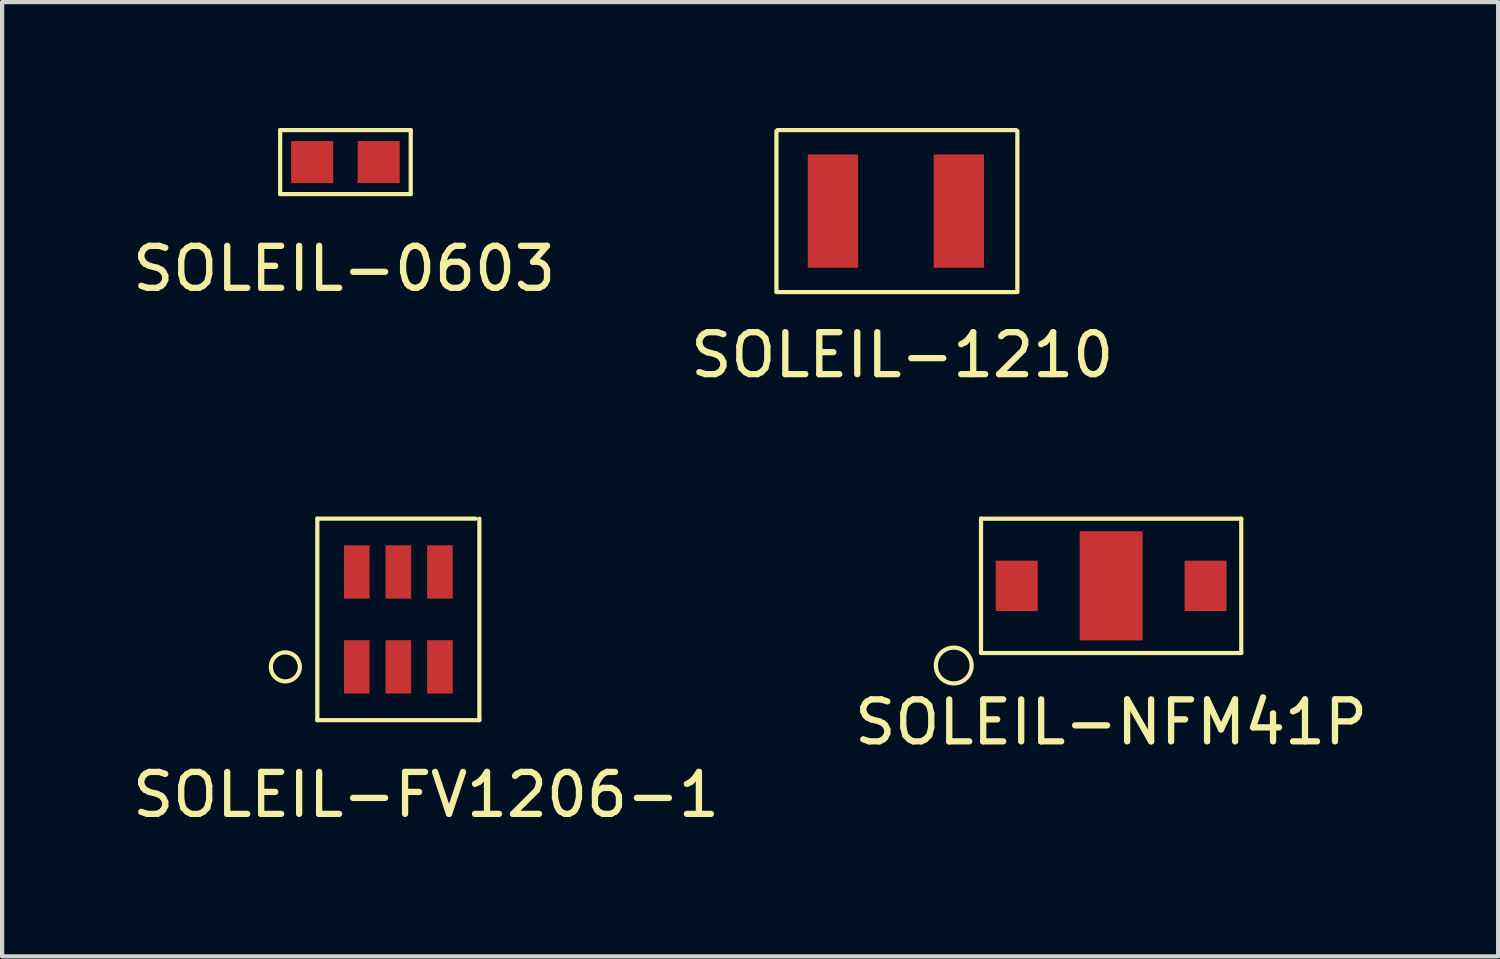
<source format=kicad_pcb>
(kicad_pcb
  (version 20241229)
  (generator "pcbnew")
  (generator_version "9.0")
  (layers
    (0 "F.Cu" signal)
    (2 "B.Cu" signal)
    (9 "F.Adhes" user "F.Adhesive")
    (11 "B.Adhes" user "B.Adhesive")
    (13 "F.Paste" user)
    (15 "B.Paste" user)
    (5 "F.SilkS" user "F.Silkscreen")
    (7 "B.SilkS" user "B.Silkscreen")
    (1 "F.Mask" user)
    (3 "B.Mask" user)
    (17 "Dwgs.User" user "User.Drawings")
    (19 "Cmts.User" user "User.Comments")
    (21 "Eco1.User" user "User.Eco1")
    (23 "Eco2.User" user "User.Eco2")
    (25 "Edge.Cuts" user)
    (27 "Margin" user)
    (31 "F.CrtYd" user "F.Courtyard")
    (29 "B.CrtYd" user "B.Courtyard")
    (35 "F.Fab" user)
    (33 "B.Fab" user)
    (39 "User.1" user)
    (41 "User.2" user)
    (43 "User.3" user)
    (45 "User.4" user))
  (footprint "SOLEIL-FV1206-1"
    (layer "F.Cu")
    (at 5.45 12.838)
    (property "Reference" "SOLEIL-FV1206-1" (at 1.651 3.048 0) (layer "F.SilkS") (effects (font (size 1 1) (thickness 0.15))))
    (attr smd)
    (fp_line (start -0.94 -3.531) (end -0.94 1.27) (stroke (width 0.1) (type solid)) (layer "F.SilkS"))
    (fp_line (start -0.94 -3.531) (end 2.832 -3.531) (stroke (width 0.1) (type solid)) (layer "F.SilkS"))
    (fp_line (start 2.921 -3.531) (end 2.921 1.27) (stroke (width 0.1) (type solid)) (layer "F.SilkS"))
    (fp_line (start 2.921 1.27) (end -0.94 1.27) (stroke (width 0.1) (type solid)) (layer "F.SilkS"))
    (fp_circle (center -1.702 0) (end -1.422 0.203) (stroke (width 0.1) (type solid)) (fill no) (layer "F.SilkS"))
    (pad "1" smd rect (at 0 0) (size 0.61 1.27) (layers "F.Cu" "F.Mask" "F.Paste"))
    (pad "2" smd rect (at 0.991 0) (size 0.61 1.27) (layers "F.Cu" "F.Mask" "F.Paste"))
    (pad "3" smd rect (at 1.981 0) (size 0.61 1.27) (layers "F.Cu" "F.Mask" "F.Paste"))
    (pad "4" smd rect (at 1.981 -2.261) (size 0.61 1.27) (layers "F.Cu" "F.Mask" "F.Paste"))
    (pad "5" smd rect (at 0.991 -2.261) (size 0.61 1.27) (layers "F.Cu" "F.Mask" "F.Paste"))
    (pad "6" smd rect (at 0 -2.261) (size 0.61 1.27) (layers "F.Cu" "F.Mask" "F.Paste")))
  (footprint "SOLEIL-1210"
    (layer "F.Cu")
    (at 16.795 1.98)
    (property "Reference" "SOLEIL-1210" (at 1.651 3.429 0) (layer "F.SilkS") (effects (font (size 1 1) (thickness 0.15))))
    (attr through_hole)
    (fp_line (start -1.346 1.905) (end -1.346 -1.905) (stroke (width 0.1) (type solid)) (layer "F.SilkS"))
    (fp_line (start -1.321 -1.93) (end 4.369 -1.93) (stroke (width 0.1) (type solid)) (layer "F.SilkS"))
    (fp_line (start 4.394 -1.905) (end 4.394 1.905) (stroke (width 0.1) (type solid)) (layer "F.SilkS"))
    (fp_line (start 4.394 1.93) (end -1.346 1.93) (stroke (width 0.1) (type solid)) (layer "F.SilkS"))
    (pad "1" smd rect (at 0 0) (size 1.199 2.7) (layers "F.Cu" "F.Mask" "F.Paste"))
    (pad "2" smd rect (at 3 0) (size 1.199 2.7) (layers "F.Cu" "F.Mask" "F.Paste")))
  (footprint "SOLEIL-0603"
    (layer "F.Cu")
    (at 4.387 0.812)
    (property "Reference" "SOLEIL-0603" (at 0.762 2.54 0) (layer "F.SilkS") (effects (font (size 1 1) (thickness 0.15))))
    (attr through_hole)
    (fp_line (start -0.762 -0.762) (end 2.349 -0.762) (stroke (width 0.1) (type solid)) (layer "F.SilkS"))
    (fp_line (start -0.762 0.762) (end -0.762 -0.762) (stroke (width 0.1) (type solid)) (layer "F.SilkS"))
    (fp_line (start -0.762 0.762) (end 2.349 0.762) (stroke (width 0.1) (type solid)) (layer "F.SilkS"))
    (fp_line (start 2.349 -0.762) (end 2.349 0.762) (stroke (width 0.1) (type solid)) (layer "F.SilkS"))
    (pad "1" smd rect (at 0 0) (size 1.001 1.001) (layers "F.Cu" "F.Mask" "F.Paste"))
    (pad "2" smd rect (at 1.585 0) (size 1.001 1.001) (layers "F.Cu" "F.Mask" "F.Paste")))
  (footprint "SOLEIL-NFM41P"
    (layer "F.Cu")
    (at 23.423 10.908)
    (property "Reference" "SOLEIL-NFM41P" (at 0 3.25 0) (layer "F.SilkS") (effects (font (size 1 1) (thickness 0.15))))
    (attr through_hole)
    (fp_line (start -3.1 1.6) (end -3.1 -1.6) (stroke (width 0.1) (type solid)) (layer "F.SilkS"))
    (fp_line (start 3.1 -1.6) (end -3.1 -1.6) (stroke (width 0.1) (type solid)) (layer "F.SilkS"))
    (fp_line (start 3.1 -1.6) (end 3.1 1.6) (stroke (width 0.1) (type solid)) (layer "F.SilkS"))
    (fp_line (start 3.1 1.6) (end -3.1 1.6) (stroke (width 0.1) (type solid)) (layer "F.SilkS"))
    (fp_circle (center -3.75 1.898) (end -4.149 2.048) (stroke (width 0.1) (type solid)) (fill no) (layer "F.SilkS"))
    (pad "1" smd rect (at -2.25 0) (size 1 1.2) (layers "F.Cu" "F.Mask" "F.Paste"))
    (pad "2" smd rect (at 0 0) (size 1.5 2.6) (layers "F.Cu" "F.Mask" "F.Paste"))
    (pad "3" smd rect (at 2.25 0) (size 1 1.2) (layers "F.Cu" "F.Mask" "F.Paste")))
  (gr_rect
    (start -3 -3)
    (end 32.643 19.735)
    (stroke (width 0.1) (type default))
    (fill no)
    (layer "Edge.Cuts")))
</source>
